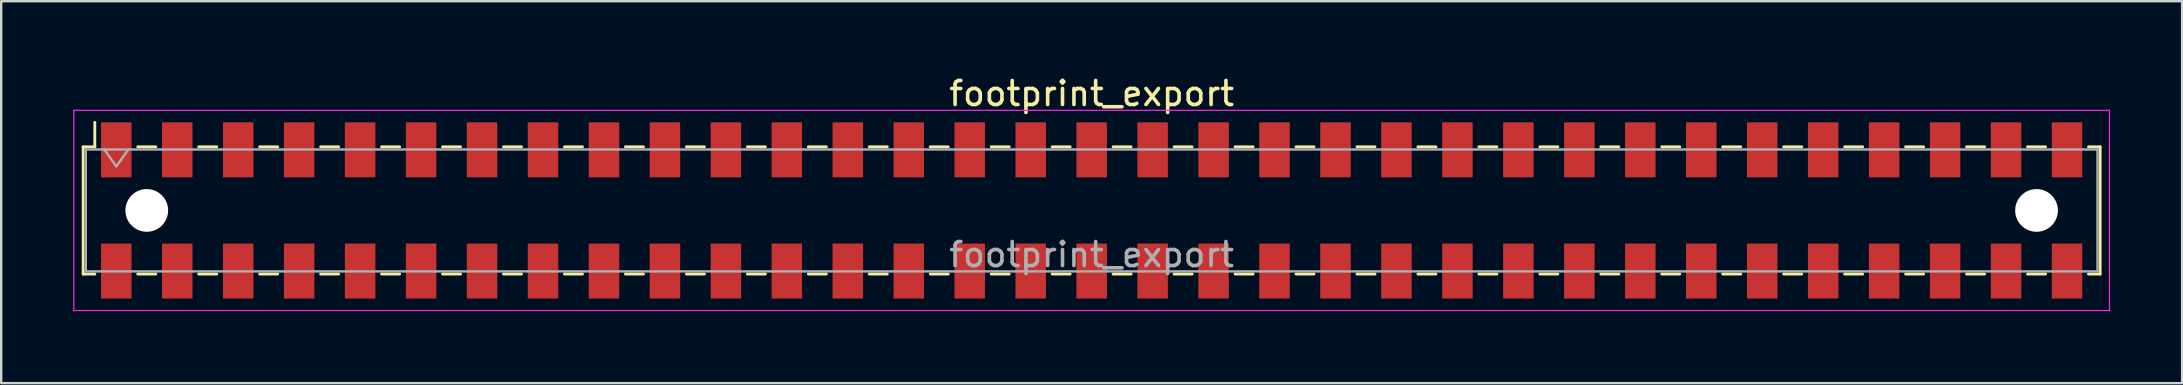
<source format=kicad_pcb>
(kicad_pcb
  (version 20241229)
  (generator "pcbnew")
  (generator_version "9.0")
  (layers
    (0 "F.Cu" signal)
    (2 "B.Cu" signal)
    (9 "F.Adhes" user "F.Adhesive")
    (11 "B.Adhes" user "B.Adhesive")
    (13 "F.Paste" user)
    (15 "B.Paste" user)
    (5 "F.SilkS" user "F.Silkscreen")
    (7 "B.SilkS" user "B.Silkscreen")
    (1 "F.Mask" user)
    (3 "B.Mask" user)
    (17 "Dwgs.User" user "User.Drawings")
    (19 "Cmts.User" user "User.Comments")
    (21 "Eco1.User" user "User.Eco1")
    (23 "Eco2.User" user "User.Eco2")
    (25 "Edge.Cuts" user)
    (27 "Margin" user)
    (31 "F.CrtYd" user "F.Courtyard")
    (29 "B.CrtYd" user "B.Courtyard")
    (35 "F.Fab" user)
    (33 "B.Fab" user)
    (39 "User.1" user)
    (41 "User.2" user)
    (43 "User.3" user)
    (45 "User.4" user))
  (footprint "footprint_export"
    (layer "F.Cu")
    (at 42.435 5.718)
    (property "Reference" "footprint_export" (at 0 -4.87 0) (layer "F.SilkS") (effects (font (size 1 1) (thickness 0.15))))
    (attr smd)
    (fp_line (start -42.02 -2.65) (end -42.02 2.65) (stroke (width 0.12) (type solid)) (layer "F.SilkS"))
    (fp_line (start -42.02 2.65) (end -41.535 2.65) (stroke (width 0.12) (type solid)) (layer "F.SilkS"))
    (fp_line (start -41.535 -3.67) (end -41.535 -2.65) (stroke (width 0.12) (type solid)) (layer "F.SilkS"))
    (fp_line (start -41.535 -2.65) (end -42.02 -2.65) (stroke (width 0.12) (type solid)) (layer "F.SilkS"))
    (fp_line (start -39.745 -2.65) (end -38.995 -2.65) (stroke (width 0.12) (type solid)) (layer "F.SilkS"))
    (fp_line (start -39.745 2.65) (end -38.995 2.65) (stroke (width 0.12) (type solid)) (layer "F.SilkS"))
    (fp_line (start -37.205 -2.65) (end -36.455 -2.65) (stroke (width 0.12) (type solid)) (layer "F.SilkS"))
    (fp_line (start -37.205 2.65) (end -36.455 2.65) (stroke (width 0.12) (type solid)) (layer "F.SilkS"))
    (fp_line (start -34.665 -2.65) (end -33.915 -2.65) (stroke (width 0.12) (type solid)) (layer "F.SilkS"))
    (fp_line (start -34.665 2.65) (end -33.915 2.65) (stroke (width 0.12) (type solid)) (layer "F.SilkS"))
    (fp_line (start -32.125 -2.65) (end -31.375 -2.65) (stroke (width 0.12) (type solid)) (layer "F.SilkS"))
    (fp_line (start -32.125 2.65) (end -31.375 2.65) (stroke (width 0.12) (type solid)) (layer "F.SilkS"))
    (fp_line (start -29.585 -2.65) (end -28.835 -2.65) (stroke (width 0.12) (type solid)) (layer "F.SilkS"))
    (fp_line (start -29.585 2.65) (end -28.835 2.65) (stroke (width 0.12) (type solid)) (layer "F.SilkS"))
    (fp_line (start -27.045 -2.65) (end -26.295 -2.65) (stroke (width 0.12) (type solid)) (layer "F.SilkS"))
    (fp_line (start -27.045 2.65) (end -26.295 2.65) (stroke (width 0.12) (type solid)) (layer "F.SilkS"))
    (fp_line (start -24.505 -2.65) (end -23.755 -2.65) (stroke (width 0.12) (type solid)) (layer "F.SilkS"))
    (fp_line (start -24.505 2.65) (end -23.755 2.65) (stroke (width 0.12) (type solid)) (layer "F.SilkS"))
    (fp_line (start -21.965 -2.65) (end -21.215 -2.65) (stroke (width 0.12) (type solid)) (layer "F.SilkS"))
    (fp_line (start -21.965 2.65) (end -21.215 2.65) (stroke (width 0.12) (type solid)) (layer "F.SilkS"))
    (fp_line (start -19.425 -2.65) (end -18.675 -2.65) (stroke (width 0.12) (type solid)) (layer "F.SilkS"))
    (fp_line (start -19.425 2.65) (end -18.675 2.65) (stroke (width 0.12) (type solid)) (layer "F.SilkS"))
    (fp_line (start -16.885 -2.65) (end -16.135 -2.65) (stroke (width 0.12) (type solid)) (layer "F.SilkS"))
    (fp_line (start -16.885 2.65) (end -16.135 2.65) (stroke (width 0.12) (type solid)) (layer "F.SilkS"))
    (fp_line (start -14.345 -2.65) (end -13.595 -2.65) (stroke (width 0.12) (type solid)) (layer "F.SilkS"))
    (fp_line (start -14.345 2.65) (end -13.595 2.65) (stroke (width 0.12) (type solid)) (layer "F.SilkS"))
    (fp_line (start -11.805 -2.65) (end -11.055 -2.65) (stroke (width 0.12) (type solid)) (layer "F.SilkS"))
    (fp_line (start -11.805 2.65) (end -11.055 2.65) (stroke (width 0.12) (type solid)) (layer "F.SilkS"))
    (fp_line (start -9.265 -2.65) (end -8.515 -2.65) (stroke (width 0.12) (type solid)) (layer "F.SilkS"))
    (fp_line (start -9.265 2.65) (end -8.515 2.65) (stroke (width 0.12) (type solid)) (layer "F.SilkS"))
    (fp_line (start -6.725 -2.65) (end -5.975 -2.65) (stroke (width 0.12) (type solid)) (layer "F.SilkS"))
    (fp_line (start -6.725 2.65) (end -5.975 2.65) (stroke (width 0.12) (type solid)) (layer "F.SilkS"))
    (fp_line (start -4.185 -2.65) (end -3.435 -2.65) (stroke (width 0.12) (type solid)) (layer "F.SilkS"))
    (fp_line (start -4.185 2.65) (end -3.435 2.65) (stroke (width 0.12) (type solid)) (layer "F.SilkS"))
    (fp_line (start -1.645 -2.65) (end -0.895 -2.65) (stroke (width 0.12) (type solid)) (layer "F.SilkS"))
    (fp_line (start -1.645 2.65) (end -0.895 2.65) (stroke (width 0.12) (type solid)) (layer "F.SilkS"))
    (fp_line (start 0.895 -2.65) (end 1.645 -2.65) (stroke (width 0.12) (type solid)) (layer "F.SilkS"))
    (fp_line (start 0.895 2.65) (end 1.645 2.65) (stroke (width 0.12) (type solid)) (layer "F.SilkS"))
    (fp_line (start 3.435 -2.65) (end 4.185 -2.65) (stroke (width 0.12) (type solid)) (layer "F.SilkS"))
    (fp_line (start 3.435 2.65) (end 4.185 2.65) (stroke (width 0.12) (type solid)) (layer "F.SilkS"))
    (fp_line (start 5.975 -2.65) (end 6.725 -2.65) (stroke (width 0.12) (type solid)) (layer "F.SilkS"))
    (fp_line (start 5.975 2.65) (end 6.725 2.65) (stroke (width 0.12) (type solid)) (layer "F.SilkS"))
    (fp_line (start 8.515 -2.65) (end 9.265 -2.65) (stroke (width 0.12) (type solid)) (layer "F.SilkS"))
    (fp_line (start 8.515 2.65) (end 9.265 2.65) (stroke (width 0.12) (type solid)) (layer "F.SilkS"))
    (fp_line (start 11.055 -2.65) (end 11.805 -2.65) (stroke (width 0.12) (type solid)) (layer "F.SilkS"))
    (fp_line (start 11.055 2.65) (end 11.805 2.65) (stroke (width 0.12) (type solid)) (layer "F.SilkS"))
    (fp_line (start 13.595 -2.65) (end 14.345 -2.65) (stroke (width 0.12) (type solid)) (layer "F.SilkS"))
    (fp_line (start 13.595 2.65) (end 14.345 2.65) (stroke (width 0.12) (type solid)) (layer "F.SilkS"))
    (fp_line (start 16.135 -2.65) (end 16.885 -2.65) (stroke (width 0.12) (type solid)) (layer "F.SilkS"))
    (fp_line (start 16.135 2.65) (end 16.885 2.65) (stroke (width 0.12) (type solid)) (layer "F.SilkS"))
    (fp_line (start 18.675 -2.65) (end 19.425 -2.65) (stroke (width 0.12) (type solid)) (layer "F.SilkS"))
    (fp_line (start 18.675 2.65) (end 19.425 2.65) (stroke (width 0.12) (type solid)) (layer "F.SilkS"))
    (fp_line (start 21.215 -2.65) (end 21.965 -2.65) (stroke (width 0.12) (type solid)) (layer "F.SilkS"))
    (fp_line (start 21.215 2.65) (end 21.965 2.65) (stroke (width 0.12) (type solid)) (layer "F.SilkS"))
    (fp_line (start 23.755 -2.65) (end 24.505 -2.65) (stroke (width 0.12) (type solid)) (layer "F.SilkS"))
    (fp_line (start 23.755 2.65) (end 24.505 2.65) (stroke (width 0.12) (type solid)) (layer "F.SilkS"))
    (fp_line (start 26.295 -2.65) (end 27.045 -2.65) (stroke (width 0.12) (type solid)) (layer "F.SilkS"))
    (fp_line (start 26.295 2.65) (end 27.045 2.65) (stroke (width 0.12) (type solid)) (layer "F.SilkS"))
    (fp_line (start 28.835 -2.65) (end 29.585 -2.65) (stroke (width 0.12) (type solid)) (layer "F.SilkS"))
    (fp_line (start 28.835 2.65) (end 29.585 2.65) (stroke (width 0.12) (type solid)) (layer "F.SilkS"))
    (fp_line (start 31.375 -2.65) (end 32.125 -2.65) (stroke (width 0.12) (type solid)) (layer "F.SilkS"))
    (fp_line (start 31.375 2.65) (end 32.125 2.65) (stroke (width 0.12) (type solid)) (layer "F.SilkS"))
    (fp_line (start 33.915 -2.65) (end 34.665 -2.65) (stroke (width 0.12) (type solid)) (layer "F.SilkS"))
    (fp_line (start 33.915 2.65) (end 34.665 2.65) (stroke (width 0.12) (type solid)) (layer "F.SilkS"))
    (fp_line (start 36.455 -2.65) (end 37.205 -2.65) (stroke (width 0.12) (type solid)) (layer "F.SilkS"))
    (fp_line (start 36.455 2.65) (end 37.205 2.65) (stroke (width 0.12) (type solid)) (layer "F.SilkS"))
    (fp_line (start 38.995 -2.65) (end 39.745 -2.65) (stroke (width 0.12) (type solid)) (layer "F.SilkS"))
    (fp_line (start 38.995 2.65) (end 39.745 2.65) (stroke (width 0.12) (type solid)) (layer "F.SilkS"))
    (fp_line (start 41.535 -2.65) (end 42.02 -2.65) (stroke (width 0.12) (type solid)) (layer "F.SilkS"))
    (fp_line (start 42.02 -2.65) (end 42.02 2.65) (stroke (width 0.12) (type solid)) (layer "F.SilkS"))
    (fp_line (start 42.02 2.65) (end 41.535 2.65) (stroke (width 0.12) (type solid)) (layer "F.SilkS"))
    (fp_line (start -42.41 -4.17) (end 42.41 -4.17) (stroke (width 0.05) (type solid)) (layer "F.CrtYd"))
    (fp_line (start -42.41 4.17) (end -42.41 -4.17) (stroke (width 0.05) (type solid)) (layer "F.CrtYd"))
    (fp_line (start 42.41 -4.17) (end 42.41 4.17) (stroke (width 0.05) (type solid)) (layer "F.CrtYd"))
    (fp_line (start 42.41 4.17) (end -42.41 4.17) (stroke (width 0.05) (type solid)) (layer "F.CrtYd"))
    (fp_line (start -41.91 -2.54) (end 41.91 -2.54) (stroke (width 0.1) (type solid)) (layer "F.Fab"))
    (fp_line (start -41.91 2.54) (end -41.91 -2.54) (stroke (width 0.1) (type solid)) (layer "F.Fab"))
    (fp_line (start -41.14 -2.54) (end -40.64 -1.833) (stroke (width 0.1) (type solid)) (layer "F.Fab"))
    (fp_line (start -40.64 -1.833) (end -40.14 -2.54) (stroke (width 0.1) (type solid)) (layer "F.Fab"))
    (fp_line (start 41.91 -2.54) (end 41.91 2.54) (stroke (width 0.1) (type solid)) (layer "F.Fab"))
    (fp_line (start 41.91 2.54) (end -41.91 2.54) (stroke (width 0.1) (type solid)) (layer "F.Fab"))
    (fp_text user "${REFERENCE}" (at 0 1.84 0) (layer "F.Fab") (effects (font (size 1 1) (thickness 0.15))))
    (pad "" np_thru_hole circle (at -39.37 0) (size 1.78 1.78) (drill 1.78) (layers "*.Cu" "*.Mask"))
    (pad "" np_thru_hole circle (at 39.37 0) (size 1.78 1.78) (drill 1.78) (layers "*.Cu" "*.Mask"))
    (pad "1" smd rect (at -40.64 -2.525) (size 1.27 2.29) (layers "F.Cu" "F.Mask" "F.Paste"))
    (pad "2" smd rect (at -40.64 2.525) (size 1.27 2.29) (layers "F.Cu" "F.Mask" "F.Paste"))
    (pad "3" smd rect (at -38.1 -2.525) (size 1.27 2.29) (layers "F.Cu" "F.Mask" "F.Paste"))
    (pad "4" smd rect (at -38.1 2.525) (size 1.27 2.29) (layers "F.Cu" "F.Mask" "F.Paste"))
    (pad "5" smd rect (at -35.56 -2.525) (size 1.27 2.29) (layers "F.Cu" "F.Mask" "F.Paste"))
    (pad "6" smd rect (at -35.56 2.525) (size 1.27 2.29) (layers "F.Cu" "F.Mask" "F.Paste"))
    (pad "7" smd rect (at -33.02 -2.525) (size 1.27 2.29) (layers "F.Cu" "F.Mask" "F.Paste"))
    (pad "8" smd rect (at -33.02 2.525) (size 1.27 2.29) (layers "F.Cu" "F.Mask" "F.Paste"))
    (pad "9" smd rect (at -30.48 -2.525) (size 1.27 2.29) (layers "F.Cu" "F.Mask" "F.Paste"))
    (pad "10" smd rect (at -30.48 2.525) (size 1.27 2.29) (layers "F.Cu" "F.Mask" "F.Paste"))
    (pad "11" smd rect (at -27.94 -2.525) (size 1.27 2.29) (layers "F.Cu" "F.Mask" "F.Paste"))
    (pad "12" smd rect (at -27.94 2.525) (size 1.27 2.29) (layers "F.Cu" "F.Mask" "F.Paste"))
    (pad "13" smd rect (at -25.4 -2.525) (size 1.27 2.29) (layers "F.Cu" "F.Mask" "F.Paste"))
    (pad "14" smd rect (at -25.4 2.525) (size 1.27 2.29) (layers "F.Cu" "F.Mask" "F.Paste"))
    (pad "15" smd rect (at -22.86 -2.525) (size 1.27 2.29) (layers "F.Cu" "F.Mask" "F.Paste"))
    (pad "16" smd rect (at -22.86 2.525) (size 1.27 2.29) (layers "F.Cu" "F.Mask" "F.Paste"))
    (pad "17" smd rect (at -20.32 -2.525) (size 1.27 2.29) (layers "F.Cu" "F.Mask" "F.Paste"))
    (pad "18" smd rect (at -20.32 2.525) (size 1.27 2.29) (layers "F.Cu" "F.Mask" "F.Paste"))
    (pad "19" smd rect (at -17.78 -2.525) (size 1.27 2.29) (layers "F.Cu" "F.Mask" "F.Paste"))
    (pad "20" smd rect (at -17.78 2.525) (size 1.27 2.29) (layers "F.Cu" "F.Mask" "F.Paste"))
    (pad "21" smd rect (at -15.24 -2.525) (size 1.27 2.29) (layers "F.Cu" "F.Mask" "F.Paste"))
    (pad "22" smd rect (at -15.24 2.525) (size 1.27 2.29) (layers "F.Cu" "F.Mask" "F.Paste"))
    (pad "23" smd rect (at -12.7 -2.525) (size 1.27 2.29) (layers "F.Cu" "F.Mask" "F.Paste"))
    (pad "24" smd rect (at -12.7 2.525) (size 1.27 2.29) (layers "F.Cu" "F.Mask" "F.Paste"))
    (pad "25" smd rect (at -10.16 -2.525) (size 1.27 2.29) (layers "F.Cu" "F.Mask" "F.Paste"))
    (pad "26" smd rect (at -10.16 2.525) (size 1.27 2.29) (layers "F.Cu" "F.Mask" "F.Paste"))
    (pad "27" smd rect (at -7.62 -2.525) (size 1.27 2.29) (layers "F.Cu" "F.Mask" "F.Paste"))
    (pad "28" smd rect (at -7.62 2.525) (size 1.27 2.29) (layers "F.Cu" "F.Mask" "F.Paste"))
    (pad "29" smd rect (at -5.08 -2.525) (size 1.27 2.29) (layers "F.Cu" "F.Mask" "F.Paste"))
    (pad "30" smd rect (at -5.08 2.525) (size 1.27 2.29) (layers "F.Cu" "F.Mask" "F.Paste"))
    (pad "31" smd rect (at -2.54 -2.525) (size 1.27 2.29) (layers "F.Cu" "F.Mask" "F.Paste"))
    (pad "32" smd rect (at -2.54 2.525) (size 1.27 2.29) (layers "F.Cu" "F.Mask" "F.Paste"))
    (pad "33" smd rect (at 0 -2.525) (size 1.27 2.29) (layers "F.Cu" "F.Mask" "F.Paste"))
    (pad "34" smd rect (at 0 2.525) (size 1.27 2.29) (layers "F.Cu" "F.Mask" "F.Paste"))
    (pad "35" smd rect (at 2.54 -2.525) (size 1.27 2.29) (layers "F.Cu" "F.Mask" "F.Paste"))
    (pad "36" smd rect (at 2.54 2.525) (size 1.27 2.29) (layers "F.Cu" "F.Mask" "F.Paste"))
    (pad "37" smd rect (at 5.08 -2.525) (size 1.27 2.29) (layers "F.Cu" "F.Mask" "F.Paste"))
    (pad "38" smd rect (at 5.08 2.525) (size 1.27 2.29) (layers "F.Cu" "F.Mask" "F.Paste"))
    (pad "39" smd rect (at 7.62 -2.525) (size 1.27 2.29) (layers "F.Cu" "F.Mask" "F.Paste"))
    (pad "40" smd rect (at 7.62 2.525) (size 1.27 2.29) (layers "F.Cu" "F.Mask" "F.Paste"))
    (pad "41" smd rect (at 10.16 -2.525) (size 1.27 2.29) (layers "F.Cu" "F.Mask" "F.Paste"))
    (pad "42" smd rect (at 10.16 2.525) (size 1.27 2.29) (layers "F.Cu" "F.Mask" "F.Paste"))
    (pad "43" smd rect (at 12.7 -2.525) (size 1.27 2.29) (layers "F.Cu" "F.Mask" "F.Paste"))
    (pad "44" smd rect (at 12.7 2.525) (size 1.27 2.29) (layers "F.Cu" "F.Mask" "F.Paste"))
    (pad "45" smd rect (at 15.24 -2.525) (size 1.27 2.29) (layers "F.Cu" "F.Mask" "F.Paste"))
    (pad "46" smd rect (at 15.24 2.525) (size 1.27 2.29) (layers "F.Cu" "F.Mask" "F.Paste"))
    (pad "47" smd rect (at 17.78 -2.525) (size 1.27 2.29) (layers "F.Cu" "F.Mask" "F.Paste"))
    (pad "48" smd rect (at 17.78 2.525) (size 1.27 2.29) (layers "F.Cu" "F.Mask" "F.Paste"))
    (pad "49" smd rect (at 20.32 -2.525) (size 1.27 2.29) (layers "F.Cu" "F.Mask" "F.Paste"))
    (pad "50" smd rect (at 20.32 2.525) (size 1.27 2.29) (layers "F.Cu" "F.Mask" "F.Paste"))
    (pad "51" smd rect (at 22.86 -2.525) (size 1.27 2.29) (layers "F.Cu" "F.Mask" "F.Paste"))
    (pad "52" smd rect (at 22.86 2.525) (size 1.27 2.29) (layers "F.Cu" "F.Mask" "F.Paste"))
    (pad "53" smd rect (at 25.4 -2.525) (size 1.27 2.29) (layers "F.Cu" "F.Mask" "F.Paste"))
    (pad "54" smd rect (at 25.4 2.525) (size 1.27 2.29) (layers "F.Cu" "F.Mask" "F.Paste"))
    (pad "55" smd rect (at 27.94 -2.525) (size 1.27 2.29) (layers "F.Cu" "F.Mask" "F.Paste"))
    (pad "56" smd rect (at 27.94 2.525) (size 1.27 2.29) (layers "F.Cu" "F.Mask" "F.Paste"))
    (pad "57" smd rect (at 30.48 -2.525) (size 1.27 2.29) (layers "F.Cu" "F.Mask" "F.Paste"))
    (pad "58" smd rect (at 30.48 2.525) (size 1.27 2.29) (layers "F.Cu" "F.Mask" "F.Paste"))
    (pad "59" smd rect (at 33.02 -2.525) (size 1.27 2.29) (layers "F.Cu" "F.Mask" "F.Paste"))
    (pad "60" smd rect (at 33.02 2.525) (size 1.27 2.29) (layers "F.Cu" "F.Mask" "F.Paste"))
    (pad "61" smd rect (at 35.56 -2.525) (size 1.27 2.29) (layers "F.Cu" "F.Mask" "F.Paste"))
    (pad "62" smd rect (at 35.56 2.525) (size 1.27 2.29) (layers "F.Cu" "F.Mask" "F.Paste"))
    (pad "63" smd rect (at 38.1 -2.525) (size 1.27 2.29) (layers "F.Cu" "F.Mask" "F.Paste"))
    (pad "64" smd rect (at 38.1 2.525) (size 1.27 2.29) (layers "F.Cu" "F.Mask" "F.Paste"))
    (pad "65" smd rect (at 40.64 -2.525) (size 1.27 2.29) (layers "F.Cu" "F.Mask" "F.Paste"))
    (pad "66" smd rect (at 40.64 2.525) (size 1.27 2.29) (layers "F.Cu" "F.Mask" "F.Paste")))
  (gr_rect
    (start -3 -3)
    (end 87.87 12.913)
    (stroke (width 0.1) (type default))
    (fill no)
    (layer "Edge.Cuts")))
</source>
